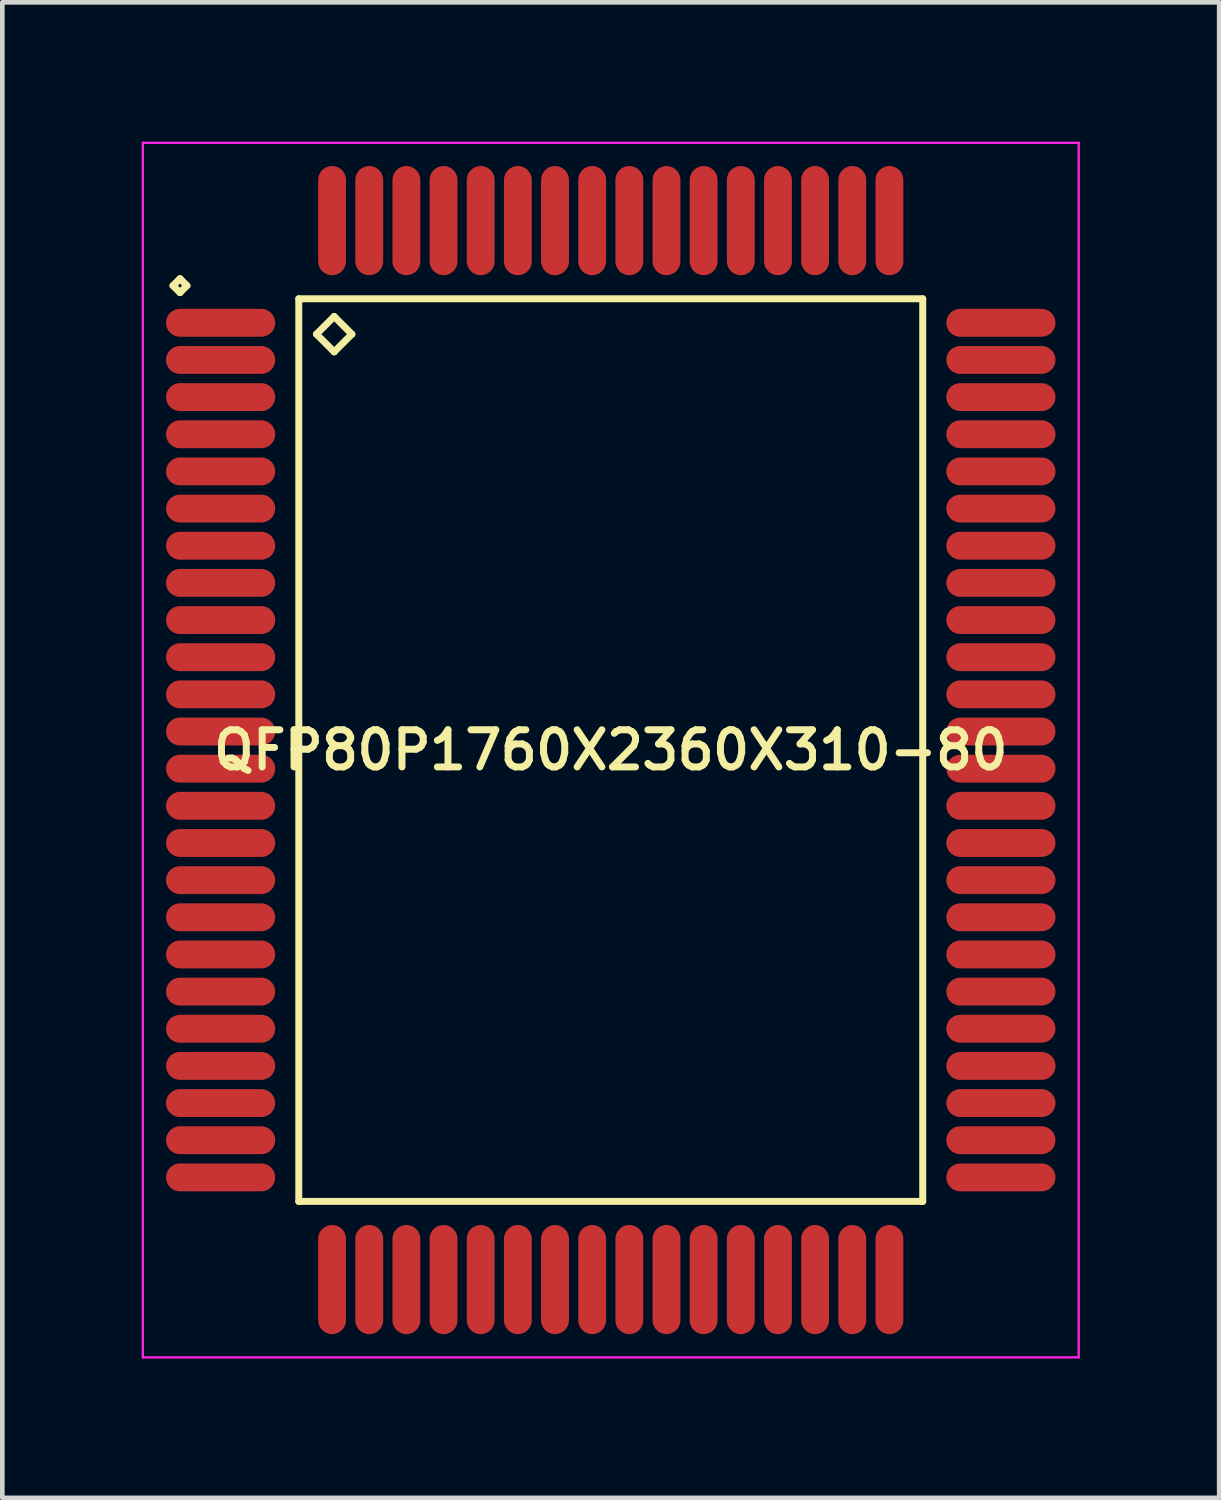
<source format=kicad_pcb>
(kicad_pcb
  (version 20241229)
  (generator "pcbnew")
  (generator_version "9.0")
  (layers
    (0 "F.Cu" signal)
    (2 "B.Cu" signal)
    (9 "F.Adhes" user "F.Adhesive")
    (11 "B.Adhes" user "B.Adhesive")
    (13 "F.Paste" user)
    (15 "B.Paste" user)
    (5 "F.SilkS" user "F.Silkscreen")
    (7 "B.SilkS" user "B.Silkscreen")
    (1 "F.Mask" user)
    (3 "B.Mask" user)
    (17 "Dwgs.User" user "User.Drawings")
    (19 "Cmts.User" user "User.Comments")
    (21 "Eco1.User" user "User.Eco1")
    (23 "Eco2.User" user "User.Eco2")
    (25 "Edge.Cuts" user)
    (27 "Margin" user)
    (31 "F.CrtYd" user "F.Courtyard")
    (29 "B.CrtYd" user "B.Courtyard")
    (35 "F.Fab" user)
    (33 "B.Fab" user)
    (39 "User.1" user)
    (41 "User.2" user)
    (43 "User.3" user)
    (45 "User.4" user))
  (footprint "QFP80P1760X2360X310-80"
    (layer "F.Cu")
    (at 10.1 13.1)
    (property "Reference" "QFP80P1760X2360X310-80" (at 0 0 0) (layer "F.SilkS") (effects (font (size 0.8 0.8) (thickness 0.15))))
    (attr smd)
    (fp_line (start -9.425 -10) (end -9.275 -10.15) (stroke (width 0.15) (type solid)) (layer "F.SilkS"))
    (fp_line (start -9.275 -10.15) (end -9.125 -10) (stroke (width 0.15) (type solid)) (layer "F.SilkS"))
    (fp_line (start -9.275 -9.85) (end -9.425 -10) (stroke (width 0.15) (type solid)) (layer "F.SilkS"))
    (fp_line (start -9.125 -10) (end -9.275 -9.85) (stroke (width 0.15) (type solid)) (layer "F.SilkS"))
    (fp_line (start -6.717 -9.717) (end -6.717 9.717) (stroke (width 0.15) (type solid)) (layer "F.SilkS"))
    (fp_line (start -6.717 9.717) (end 6.717 9.717) (stroke (width 0.15) (type solid)) (layer "F.SilkS"))
    (fp_line (start -6.336 -8.955) (end -5.955 -9.336) (stroke (width 0.15) (type solid)) (layer "F.SilkS"))
    (fp_line (start -5.955 -9.336) (end -5.574 -8.955) (stroke (width 0.15) (type solid)) (layer "F.SilkS"))
    (fp_line (start -5.955 -8.574) (end -6.336 -8.955) (stroke (width 0.15) (type solid)) (layer "F.SilkS"))
    (fp_line (start -5.574 -8.955) (end -5.955 -8.574) (stroke (width 0.15) (type solid)) (layer "F.SilkS"))
    (fp_line (start 6.717 -9.717) (end -6.717 -9.717) (stroke (width 0.15) (type solid)) (layer "F.SilkS"))
    (fp_line (start 6.717 9.717) (end 6.717 -9.717) (stroke (width 0.15) (type solid)) (layer "F.SilkS"))
    (fp_line (start -10.075 -13.075) (end 10.075 -13.075) (stroke (width 0.05) (type solid)) (layer "F.CrtYd"))
    (fp_line (start -10.075 13.075) (end -10.075 -13.075) (stroke (width 0.05) (type solid)) (layer "F.CrtYd"))
    (fp_line (start 10.075 -13.075) (end 10.075 13.075) (stroke (width 0.05) (type solid)) (layer "F.CrtYd"))
    (fp_line (start 10.075 13.075) (end -10.075 13.075) (stroke (width 0.05) (type solid)) (layer "F.CrtYd"))
    (pad "1" smd oval (at -8.4 -9.2) (size 2.35 0.6) (layers "F.Cu" "F.Mask" "F.Paste"))
    (pad "2" smd oval (at -8.4 -8.4) (size 2.35 0.6) (layers "F.Cu" "F.Mask" "F.Paste"))
    (pad "3" smd oval (at -8.4 -7.6) (size 2.35 0.6) (layers "F.Cu" "F.Mask" "F.Paste"))
    (pad "4" smd oval (at -8.4 -6.8) (size 2.35 0.6) (layers "F.Cu" "F.Mask" "F.Paste"))
    (pad "5" smd oval (at -8.4 -6) (size 2.35 0.6) (layers "F.Cu" "F.Mask" "F.Paste"))
    (pad "6" smd oval (at -8.4 -5.2) (size 2.35 0.6) (layers "F.Cu" "F.Mask" "F.Paste"))
    (pad "7" smd oval (at -8.4 -4.4) (size 2.35 0.6) (layers "F.Cu" "F.Mask" "F.Paste"))
    (pad "8" smd oval (at -8.4 -3.6) (size 2.35 0.6) (layers "F.Cu" "F.Mask" "F.Paste"))
    (pad "9" smd oval (at -8.4 -2.8) (size 2.35 0.6) (layers "F.Cu" "F.Mask" "F.Paste"))
    (pad "10" smd oval (at -8.4 -2) (size 2.35 0.6) (layers "F.Cu" "F.Mask" "F.Paste"))
    (pad "11" smd oval (at -8.4 -1.2) (size 2.35 0.6) (layers "F.Cu" "F.Mask" "F.Paste"))
    (pad "12" smd oval (at -8.4 -0.4) (size 2.35 0.6) (layers "F.Cu" "F.Mask" "F.Paste"))
    (pad "13" smd oval (at -8.4 0.4) (size 2.35 0.6) (layers "F.Cu" "F.Mask" "F.Paste"))
    (pad "14" smd oval (at -8.4 1.2) (size 2.35 0.6) (layers "F.Cu" "F.Mask" "F.Paste"))
    (pad "15" smd oval (at -8.4 2) (size 2.35 0.6) (layers "F.Cu" "F.Mask" "F.Paste"))
    (pad "16" smd oval (at -8.4 2.8) (size 2.35 0.6) (layers "F.Cu" "F.Mask" "F.Paste"))
    (pad "17" smd oval (at -8.4 3.6) (size 2.35 0.6) (layers "F.Cu" "F.Mask" "F.Paste"))
    (pad "18" smd oval (at -8.4 4.4) (size 2.35 0.6) (layers "F.Cu" "F.Mask" "F.Paste"))
    (pad "19" smd oval (at -8.4 5.2) (size 2.35 0.6) (layers "F.Cu" "F.Mask" "F.Paste"))
    (pad "20" smd oval (at -8.4 6) (size 2.35 0.6) (layers "F.Cu" "F.Mask" "F.Paste"))
    (pad "21" smd oval (at -8.4 6.8) (size 2.35 0.6) (layers "F.Cu" "F.Mask" "F.Paste"))
    (pad "22" smd oval (at -8.4 7.6) (size 2.35 0.6) (layers "F.Cu" "F.Mask" "F.Paste"))
    (pad "23" smd oval (at -8.4 8.4) (size 2.35 0.6) (layers "F.Cu" "F.Mask" "F.Paste"))
    (pad "24" smd oval (at -8.4 9.2) (size 2.35 0.6) (layers "F.Cu" "F.Mask" "F.Paste"))
    (pad "25" smd oval (at -6 11.4) (size 0.6 2.35) (layers "F.Cu" "F.Mask" "F.Paste"))
    (pad "26" smd oval (at -5.2 11.4) (size 0.6 2.35) (layers "F.Cu" "F.Mask" "F.Paste"))
    (pad "27" smd oval (at -4.4 11.4) (size 0.6 2.35) (layers "F.Cu" "F.Mask" "F.Paste"))
    (pad "28" smd oval (at -3.6 11.4) (size 0.6 2.35) (layers "F.Cu" "F.Mask" "F.Paste"))
    (pad "29" smd oval (at -2.8 11.4) (size 0.6 2.35) (layers "F.Cu" "F.Mask" "F.Paste"))
    (pad "30" smd oval (at -2 11.4) (size 0.6 2.35) (layers "F.Cu" "F.Mask" "F.Paste"))
    (pad "31" smd oval (at -1.2 11.4) (size 0.6 2.35) (layers "F.Cu" "F.Mask" "F.Paste"))
    (pad "32" smd oval (at -0.4 11.4) (size 0.6 2.35) (layers "F.Cu" "F.Mask" "F.Paste"))
    (pad "33" smd oval (at 0.4 11.4) (size 0.6 2.35) (layers "F.Cu" "F.Mask" "F.Paste"))
    (pad "34" smd oval (at 1.2 11.4) (size 0.6 2.35) (layers "F.Cu" "F.Mask" "F.Paste"))
    (pad "35" smd oval (at 2 11.4) (size 0.6 2.35) (layers "F.Cu" "F.Mask" "F.Paste"))
    (pad "36" smd oval (at 2.8 11.4) (size 0.6 2.35) (layers "F.Cu" "F.Mask" "F.Paste"))
    (pad "37" smd oval (at 3.6 11.4) (size 0.6 2.35) (layers "F.Cu" "F.Mask" "F.Paste"))
    (pad "38" smd oval (at 4.4 11.4) (size 0.6 2.35) (layers "F.Cu" "F.Mask" "F.Paste"))
    (pad "39" smd oval (at 5.2 11.4) (size 0.6 2.35) (layers "F.Cu" "F.Mask" "F.Paste"))
    (pad "40" smd oval (at 6 11.4) (size 0.6 2.35) (layers "F.Cu" "F.Mask" "F.Paste"))
    (pad "41" smd oval (at 8.4 9.2) (size 2.35 0.6) (layers "F.Cu" "F.Mask" "F.Paste"))
    (pad "42" smd oval (at 8.4 8.4) (size 2.35 0.6) (layers "F.Cu" "F.Mask" "F.Paste"))
    (pad "43" smd oval (at 8.4 7.6) (size 2.35 0.6) (layers "F.Cu" "F.Mask" "F.Paste"))
    (pad "44" smd oval (at 8.4 6.8) (size 2.35 0.6) (layers "F.Cu" "F.Mask" "F.Paste"))
    (pad "45" smd oval (at 8.4 6) (size 2.35 0.6) (layers "F.Cu" "F.Mask" "F.Paste"))
    (pad "46" smd oval (at 8.4 5.2) (size 2.35 0.6) (layers "F.Cu" "F.Mask" "F.Paste"))
    (pad "47" smd oval (at 8.4 4.4) (size 2.35 0.6) (layers "F.Cu" "F.Mask" "F.Paste"))
    (pad "48" smd oval (at 8.4 3.6) (size 2.35 0.6) (layers "F.Cu" "F.Mask" "F.Paste"))
    (pad "49" smd oval (at 8.4 2.8) (size 2.35 0.6) (layers "F.Cu" "F.Mask" "F.Paste"))
    (pad "50" smd oval (at 8.4 2) (size 2.35 0.6) (layers "F.Cu" "F.Mask" "F.Paste"))
    (pad "51" smd oval (at 8.4 1.2) (size 2.35 0.6) (layers "F.Cu" "F.Mask" "F.Paste"))
    (pad "52" smd oval (at 8.4 0.4) (size 2.35 0.6) (layers "F.Cu" "F.Mask" "F.Paste"))
    (pad "53" smd oval (at 8.4 -0.4) (size 2.35 0.6) (layers "F.Cu" "F.Mask" "F.Paste"))
    (pad "54" smd oval (at 8.4 -1.2) (size 2.35 0.6) (layers "F.Cu" "F.Mask" "F.Paste"))
    (pad "55" smd oval (at 8.4 -2) (size 2.35 0.6) (layers "F.Cu" "F.Mask" "F.Paste"))
    (pad "56" smd oval (at 8.4 -2.8) (size 2.35 0.6) (layers "F.Cu" "F.Mask" "F.Paste"))
    (pad "57" smd oval (at 8.4 -3.6) (size 2.35 0.6) (layers "F.Cu" "F.Mask" "F.Paste"))
    (pad "58" smd oval (at 8.4 -4.4) (size 2.35 0.6) (layers "F.Cu" "F.Mask" "F.Paste"))
    (pad "59" smd oval (at 8.4 -5.2) (size 2.35 0.6) (layers "F.Cu" "F.Mask" "F.Paste"))
    (pad "60" smd oval (at 8.4 -6) (size 2.35 0.6) (layers "F.Cu" "F.Mask" "F.Paste"))
    (pad "61" smd oval (at 8.4 -6.8) (size 2.35 0.6) (layers "F.Cu" "F.Mask" "F.Paste"))
    (pad "62" smd oval (at 8.4 -7.6) (size 2.35 0.6) (layers "F.Cu" "F.Mask" "F.Paste"))
    (pad "63" smd oval (at 8.4 -8.4) (size 2.35 0.6) (layers "F.Cu" "F.Mask" "F.Paste"))
    (pad "64" smd oval (at 8.4 -9.2) (size 2.35 0.6) (layers "F.Cu" "F.Mask" "F.Paste"))
    (pad "65" smd oval (at 6 -11.4) (size 0.6 2.35) (layers "F.Cu" "F.Mask" "F.Paste"))
    (pad "66" smd oval (at 5.2 -11.4) (size 0.6 2.35) (layers "F.Cu" "F.Mask" "F.Paste"))
    (pad "67" smd oval (at 4.4 -11.4) (size 0.6 2.35) (layers "F.Cu" "F.Mask" "F.Paste"))
    (pad "68" smd oval (at 3.6 -11.4) (size 0.6 2.35) (layers "F.Cu" "F.Mask" "F.Paste"))
    (pad "69" smd oval (at 2.8 -11.4) (size 0.6 2.35) (layers "F.Cu" "F.Mask" "F.Paste"))
    (pad "70" smd oval (at 2 -11.4) (size 0.6 2.35) (layers "F.Cu" "F.Mask" "F.Paste"))
    (pad "71" smd oval (at 1.2 -11.4) (size 0.6 2.35) (layers "F.Cu" "F.Mask" "F.Paste"))
    (pad "72" smd oval (at 0.4 -11.4) (size 0.6 2.35) (layers "F.Cu" "F.Mask" "F.Paste"))
    (pad "73" smd oval (at -0.4 -11.4) (size 0.6 2.35) (layers "F.Cu" "F.Mask" "F.Paste"))
    (pad "74" smd oval (at -1.2 -11.4) (size 0.6 2.35) (layers "F.Cu" "F.Mask" "F.Paste"))
    (pad "75" smd oval (at -2 -11.4) (size 0.6 2.35) (layers "F.Cu" "F.Mask" "F.Paste"))
    (pad "76" smd oval (at -2.8 -11.4) (size 0.6 2.35) (layers "F.Cu" "F.Mask" "F.Paste"))
    (pad "77" smd oval (at -3.6 -11.4) (size 0.6 2.35) (layers "F.Cu" "F.Mask" "F.Paste"))
    (pad "78" smd oval (at -4.4 -11.4) (size 0.6 2.35) (layers "F.Cu" "F.Mask" "F.Paste"))
    (pad "79" smd oval (at -5.2 -11.4) (size 0.6 2.35) (layers "F.Cu" "F.Mask" "F.Paste"))
    (pad "80" smd oval (at -6 -11.4) (size 0.6 2.35) (layers "F.Cu" "F.Mask" "F.Paste")))
  (gr_rect
    (start -3 -3)
    (end 23.2 29.2)
    (stroke (width 0.1) (type default))
    (fill no)
    (layer "Edge.Cuts")))
</source>
